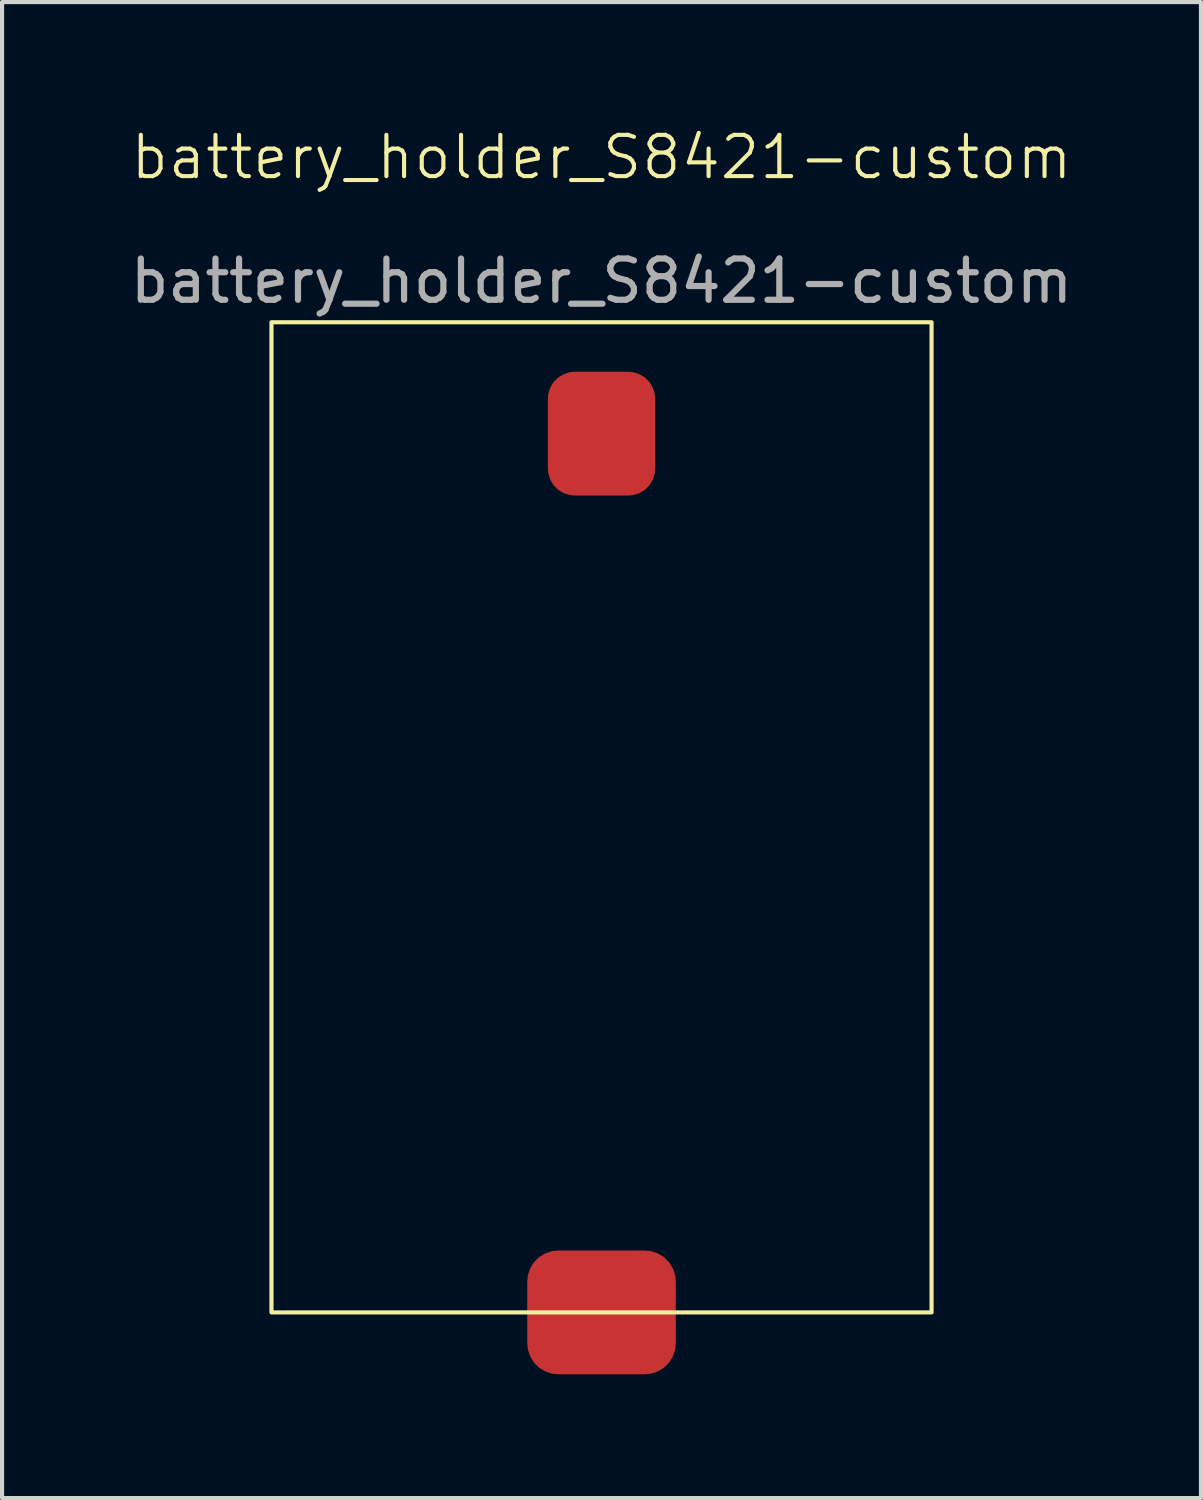
<source format=kicad_pcb>
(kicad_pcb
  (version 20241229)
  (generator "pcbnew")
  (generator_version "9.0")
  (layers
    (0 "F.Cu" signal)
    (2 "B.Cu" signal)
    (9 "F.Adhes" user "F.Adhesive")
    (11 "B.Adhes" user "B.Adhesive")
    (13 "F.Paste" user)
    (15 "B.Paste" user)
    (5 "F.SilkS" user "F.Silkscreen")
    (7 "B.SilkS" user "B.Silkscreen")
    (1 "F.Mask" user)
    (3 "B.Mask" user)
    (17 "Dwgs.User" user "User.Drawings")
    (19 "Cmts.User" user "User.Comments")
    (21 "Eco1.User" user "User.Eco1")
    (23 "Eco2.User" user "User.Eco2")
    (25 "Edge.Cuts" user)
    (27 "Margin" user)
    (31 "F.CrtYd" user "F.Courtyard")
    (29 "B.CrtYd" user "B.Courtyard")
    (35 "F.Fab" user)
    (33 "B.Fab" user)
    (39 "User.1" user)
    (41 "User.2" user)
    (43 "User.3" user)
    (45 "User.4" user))
  (footprint "battery_holder_S8421-custom"
    (layer "F.Cu")
    (at 11.53 16.761)
    (property "Reference" "battery_holder_S8421-custom" (at 0 -16 0) (unlocked yes) (layer "F.SilkS") (effects (font (size 1 1) (thickness 0.1))))
    (attr smd)
    (fp_rect (start -8 -12) (end 8 12) (stroke (width 0.1) (type default)) (fill no) (layer "F.SilkS"))
    (fp_text user "${REFERENCE}" (at 0 -13 0) (unlocked yes) (layer "F.Fab") (effects (font (size 1 1) (thickness 0.15))))
    (pad "1" smd roundrect (at 0 12) (size 3.6 3) (layers "F.Cu" "F.Mask" "F.Paste") (roundrect_rratio 0.25))
    (pad "2" smd roundrect (at 0 -9.3) (size 2.6 3) (layers "F.Cu" "F.Mask" "F.Paste") (roundrect_rratio 0.25)))
  (gr_rect
    (start -3 -3)
    (end 26.06 33.261)
    (stroke (width 0.1) (type default))
    (fill no)
    (layer "Edge.Cuts")))
</source>
